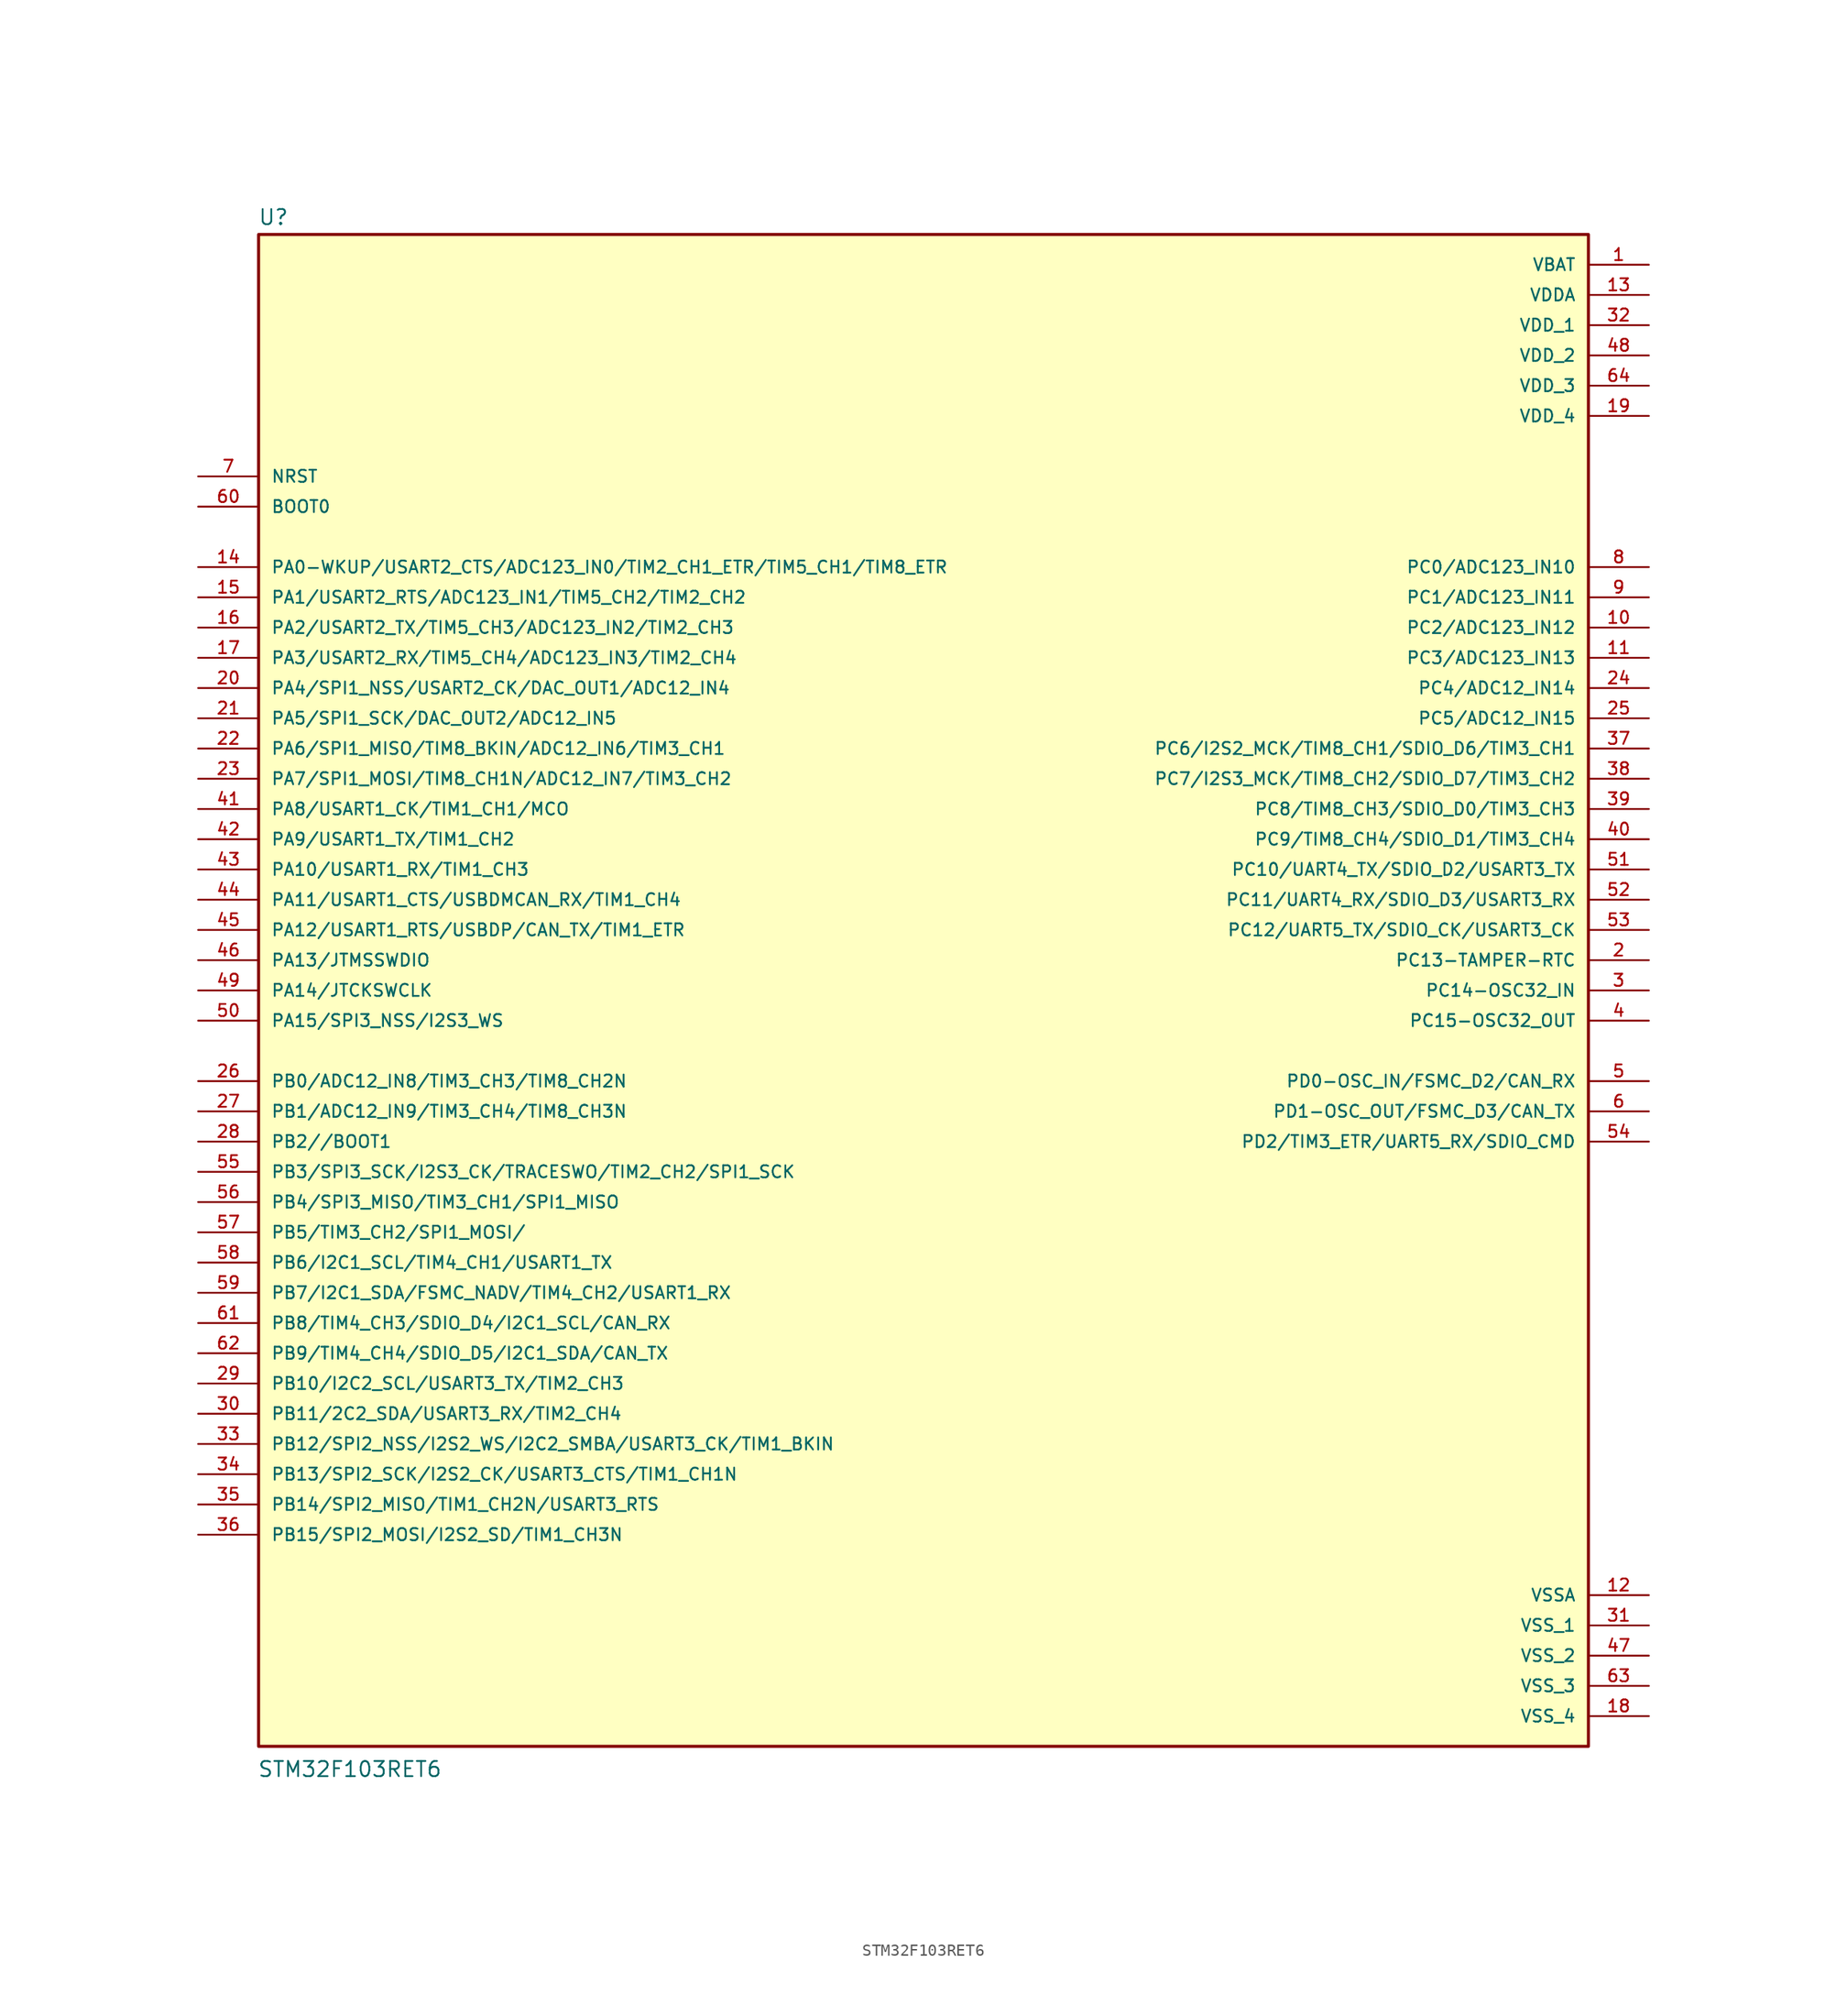
<source format=kicad_sym>
(kicad_symbol_lib
  (version 20211014)
  (generator kicad_symbol_editor)
  (symbol "STM32F103RET6"
    (pin_names
      (offset 1.016))
    (property "Reference" "U"
      (at -55.941 64.205 0)
      (effects (font (size 1.27 1.27)) (justify bottom left)))
    (property "Value" "STM32F103RET6"
      (at -55.986 -66.165 0)
      (effects (font (size 1.27 1.27)) (justify bottom left)))
    (symbol "STM32F103RET6_0_0"
      (rectangle (start -55.88 -63.5) (end 55.88 63.5) (stroke (width 0.254)) (fill (type background)))
      (pin power_in line (at 60.96 60.96 180.0) (length 5.08) (name "VBAT" (effects (font (size 1.016 1.016)))) (number "1" (effects (font (size 1.016 1.016)))))
      (pin bidirectional line (at 60.96 2.54 180.0) (length 5.08) (name "PC13-TAMPER-RTC" (effects (font (size 1.016 1.016)))) (number "2" (effects (font (size 1.016 1.016)))))
      (pin bidirectional line (at 60.96 0.0 180.0) (length 5.08) (name "PC14-OSC32_IN" (effects (font (size 1.016 1.016)))) (number "3" (effects (font (size 1.016 1.016)))))
      (pin bidirectional line (at 60.96 -2.54 180.0) (length 5.08) (name "PC15-OSC32_OUT" (effects (font (size 1.016 1.016)))) (number "4" (effects (font (size 1.016 1.016)))))
      (pin bidirectional line (at 60.96 -7.62 180.0) (length 5.08) (name "PD0-OSC_IN/FSMC_D2/CAN_RX" (effects (font (size 1.016 1.016)))) (number "5" (effects (font (size 1.016 1.016)))))
      (pin bidirectional line (at 60.96 -10.16 180.0) (length 5.08) (name "PD1-OSC_OUT/FSMC_D3/CAN_TX" (effects (font (size 1.016 1.016)))) (number "6" (effects (font (size 1.016 1.016)))))
      (pin input line (at -60.96 43.18 0) (length 5.08) (name "NRST" (effects (font (size 1.016 1.016)))) (number "7" (effects (font (size 1.016 1.016)))))
      (pin bidirectional line (at 60.96 35.56 180.0) (length 5.08) (name "PC0/ADC123_IN10" (effects (font (size 1.016 1.016)))) (number "8" (effects (font (size 1.016 1.016)))))
      (pin bidirectional line (at 60.96 33.02 180.0) (length 5.08) (name "PC1/ADC123_IN11" (effects (font (size 1.016 1.016)))) (number "9" (effects (font (size 1.016 1.016)))))
      (pin bidirectional line (at 60.96 30.48 180.0) (length 5.08) (name "PC2/ADC123_IN12" (effects (font (size 1.016 1.016)))) (number "10" (effects (font (size 1.016 1.016)))))
      (pin bidirectional line (at 60.96 27.94 180.0) (length 5.08) (name "PC3/ADC123_IN13" (effects (font (size 1.016 1.016)))) (number "11" (effects (font (size 1.016 1.016)))))
      (pin power_in line (at 60.96 -50.8 180.0) (length 5.08) (name "VSSA" (effects (font (size 1.016 1.016)))) (number "12" (effects (font (size 1.016 1.016)))))
      (pin power_in line (at 60.96 58.42 180.0) (length 5.08) (name "VDDA" (effects (font (size 1.016 1.016)))) (number "13" (effects (font (size 1.016 1.016)))))
      (pin bidirectional line (at -60.96 35.56 0) (length 5.08) (name "PA0-WKUP/USART2_CTS/ADC123_IN0/TIM2_CH1_ETR/TIM5_CH1/TIM8_ETR" (effects (font (size 1.016 1.016)))) (number "14" (effects (font (size 1.016 1.016)))))
      (pin bidirectional line (at -60.96 33.02 0) (length 5.08) (name "PA1/USART2_RTS/ADC123_IN1/TIM5_CH2/TIM2_CH2" (effects (font (size 1.016 1.016)))) (number "15" (effects (font (size 1.016 1.016)))))
      (pin bidirectional line (at -60.96 30.48 0) (length 5.08) (name "PA2/USART2_TX/TIM5_CH3/ADC123_IN2/TIM2_CH3" (effects (font (size 1.016 1.016)))) (number "16" (effects (font (size 1.016 1.016)))))
      (pin bidirectional line (at -60.96 27.94 0) (length 5.08) (name "PA3/USART2_RX/TIM5_CH4/ADC123_IN3/TIM2_CH4" (effects (font (size 1.016 1.016)))) (number "17" (effects (font (size 1.016 1.016)))))
      (pin power_in line (at 60.96 -60.96 180.0) (length 5.08) (name "VSS_4" (effects (font (size 1.016 1.016)))) (number "18" (effects (font (size 1.016 1.016)))))
      (pin power_in line (at 60.96 48.26 180.0) (length 5.08) (name "VDD_4" (effects (font (size 1.016 1.016)))) (number "19" (effects (font (size 1.016 1.016)))))
      (pin bidirectional line (at -60.96 25.4 0) (length 5.08) (name "PA4/SPI1_NSS/USART2_CK/DAC_OUT1/ADC12_IN4" (effects (font (size 1.016 1.016)))) (number "20" (effects (font (size 1.016 1.016)))))
      (pin bidirectional line (at -60.96 22.86 0) (length 5.08) (name "PA5/SPI1_SCK/DAC_OUT2/ADC12_IN5" (effects (font (size 1.016 1.016)))) (number "21" (effects (font (size 1.016 1.016)))))
      (pin bidirectional line (at -60.96 20.32 0) (length 5.08) (name "PA6/SPI1_MISO/TIM8_BKIN/ADC12_IN6/TIM3_CH1" (effects (font (size 1.016 1.016)))) (number "22" (effects (font (size 1.016 1.016)))))
      (pin bidirectional line (at -60.96 17.78 0) (length 5.08) (name "PA7/SPI1_MOSI/TIM8_CH1N/ADC12_IN7/TIM3_CH2" (effects (font (size 1.016 1.016)))) (number "23" (effects (font (size 1.016 1.016)))))
      (pin bidirectional line (at 60.96 25.4 180.0) (length 5.08) (name "PC4/ADC12_IN14" (effects (font (size 1.016 1.016)))) (number "24" (effects (font (size 1.016 1.016)))))
      (pin bidirectional line (at 60.96 22.86 180.0) (length 5.08) (name "PC5/ADC12_IN15" (effects (font (size 1.016 1.016)))) (number "25" (effects (font (size 1.016 1.016)))))
      (pin bidirectional line (at -60.96 -7.62 0) (length 5.08) (name "PB0/ADC12_IN8/TIM3_CH3/TIM8_CH2N" (effects (font (size 1.016 1.016)))) (number "26" (effects (font (size 1.016 1.016)))))
      (pin bidirectional line (at -60.96 -10.16 0) (length 5.08) (name "PB1/ADC12_IN9/TIM3_CH4/TIM8_CH3N" (effects (font (size 1.016 1.016)))) (number "27" (effects (font (size 1.016 1.016)))))
      (pin bidirectional line (at -60.96 -12.7 0) (length 5.08) (name "PB2//BOOT1" (effects (font (size 1.016 1.016)))) (number "28" (effects (font (size 1.016 1.016)))))
      (pin bidirectional line (at -60.96 -33.02 0) (length 5.08) (name "PB10/I2C2_SCL/USART3_TX/TIM2_CH3" (effects (font (size 1.016 1.016)))) (number "29" (effects (font (size 1.016 1.016)))))
      (pin bidirectional line (at -60.96 -35.56 0) (length 5.08) (name "PB11/2C2_SDA/USART3_RX/TIM2_CH4" (effects (font (size 1.016 1.016)))) (number "30" (effects (font (size 1.016 1.016)))))
      (pin power_in line (at 60.96 -53.34 180.0) (length 5.08) (name "VSS_1" (effects (font (size 1.016 1.016)))) (number "31" (effects (font (size 1.016 1.016)))))
      (pin power_in line (at 60.96 55.88 180.0) (length 5.08) (name "VDD_1" (effects (font (size 1.016 1.016)))) (number "32" (effects (font (size 1.016 1.016)))))
      (pin bidirectional line (at -60.96 -38.1 0) (length 5.08) (name "PB12/SPI2_NSS/I2S2_WS/I2C2_SMBA/USART3_CK/TIM1_BKIN" (effects (font (size 1.016 1.016)))) (number "33" (effects (font (size 1.016 1.016)))))
      (pin bidirectional line (at -60.96 -40.64 0) (length 5.08) (name "PB13/SPI2_SCK/I2S2_CK/USART3_CTS/TIM1_CH1N" (effects (font (size 1.016 1.016)))) (number "34" (effects (font (size 1.016 1.016)))))
      (pin bidirectional line (at -60.96 -43.18 0) (length 5.08) (name "PB14/SPI2_MISO/TIM1_CH2N/USART3_RTS" (effects (font (size 1.016 1.016)))) (number "35" (effects (font (size 1.016 1.016)))))
      (pin bidirectional line (at -60.96 -45.72 0) (length 5.08) (name "PB15/SPI2_MOSI/I2S2_SD/TIM1_CH3N" (effects (font (size 1.016 1.016)))) (number "36" (effects (font (size 1.016 1.016)))))
      (pin bidirectional line (at 60.96 20.32 180.0) (length 5.08) (name "PC6/I2S2_MCK/TIM8_CH1/SDIO_D6/TIM3_CH1" (effects (font (size 1.016 1.016)))) (number "37" (effects (font (size 1.016 1.016)))))
      (pin bidirectional line (at 60.96 17.78 180.0) (length 5.08) (name "PC7/I2S3_MCK/TIM8_CH2/SDIO_D7/TIM3_CH2" (effects (font (size 1.016 1.016)))) (number "38" (effects (font (size 1.016 1.016)))))
      (pin bidirectional line (at 60.96 15.24 180.0) (length 5.08) (name "PC8/TIM8_CH3/SDIO_D0/TIM3_CH3" (effects (font (size 1.016 1.016)))) (number "39" (effects (font (size 1.016 1.016)))))
      (pin bidirectional line (at 60.96 12.7 180.0) (length 5.08) (name "PC9/TIM8_CH4/SDIO_D1/TIM3_CH4" (effects (font (size 1.016 1.016)))) (number "40" (effects (font (size 1.016 1.016)))))
      (pin bidirectional line (at -60.96 15.24 0) (length 5.08) (name "PA8/USART1_CK/TIM1_CH1/MCO" (effects (font (size 1.016 1.016)))) (number "41" (effects (font (size 1.016 1.016)))))
      (pin bidirectional line (at -60.96 12.7 0) (length 5.08) (name "PA9/USART1_TX/TIM1_CH2" (effects (font (size 1.016 1.016)))) (number "42" (effects (font (size 1.016 1.016)))))
      (pin bidirectional line (at -60.96 10.16 0) (length 5.08) (name "PA10/USART1_RX/TIM1_CH3" (effects (font (size 1.016 1.016)))) (number "43" (effects (font (size 1.016 1.016)))))
      (pin bidirectional line (at -60.96 7.62 0) (length 5.08) (name "PA11/USART1_CTS/USBDMCAN_RX/TIM1_CH4" (effects (font (size 1.016 1.016)))) (number "44" (effects (font (size 1.016 1.016)))))
      (pin bidirectional line (at -60.96 5.08 0) (length 5.08) (name "PA12/USART1_RTS/USBDP/CAN_TX/TIM1_ETR" (effects (font (size 1.016 1.016)))) (number "45" (effects (font (size 1.016 1.016)))))
      (pin bidirectional line (at -60.96 2.54 0) (length 5.08) (name "PA13/JTMSSWDIO" (effects (font (size 1.016 1.016)))) (number "46" (effects (font (size 1.016 1.016)))))
      (pin power_in line (at 60.96 -55.88 180.0) (length 5.08) (name "VSS_2" (effects (font (size 1.016 1.016)))) (number "47" (effects (font (size 1.016 1.016)))))
      (pin power_in line (at 60.96 53.34 180.0) (length 5.08) (name "VDD_2" (effects (font (size 1.016 1.016)))) (number "48" (effects (font (size 1.016 1.016)))))
      (pin bidirectional line (at -60.96 0.0 0) (length 5.08) (name "PA14/JTCKSWCLK" (effects (font (size 1.016 1.016)))) (number "49" (effects (font (size 1.016 1.016)))))
      (pin bidirectional line (at -60.96 -2.54 0) (length 5.08) (name "PA15/SPI3_NSS/I2S3_WS" (effects (font (size 1.016 1.016)))) (number "50" (effects (font (size 1.016 1.016)))))
      (pin bidirectional line (at 60.96 10.16 180.0) (length 5.08) (name "PC10/UART4_TX/SDIO_D2/USART3_TX" (effects (font (size 1.016 1.016)))) (number "51" (effects (font (size 1.016 1.016)))))
      (pin bidirectional line (at 60.96 7.62 180.0) (length 5.08) (name "PC11/UART4_RX/SDIO_D3/USART3_RX" (effects (font (size 1.016 1.016)))) (number "52" (effects (font (size 1.016 1.016)))))
      (pin bidirectional line (at 60.96 5.08 180.0) (length 5.08) (name "PC12/UART5_TX/SDIO_CK/USART3_CK" (effects (font (size 1.016 1.016)))) (number "53" (effects (font (size 1.016 1.016)))))
      (pin bidirectional line (at 60.96 -12.7 180.0) (length 5.08) (name "PD2/TIM3_ETR/UART5_RX/SDIO_CMD" (effects (font (size 1.016 1.016)))) (number "54" (effects (font (size 1.016 1.016)))))
      (pin bidirectional line (at -60.96 -15.24 0) (length 5.08) (name "PB3/SPI3_SCK/I2S3_CK/TRACESWO/TIM2_CH2/SPI1_SCK" (effects (font (size 1.016 1.016)))) (number "55" (effects (font (size 1.016 1.016)))))
      (pin bidirectional line (at -60.96 -17.78 0) (length 5.08) (name "PB4/SPI3_MISO/TIM3_CH1/SPI1_MISO" (effects (font (size 1.016 1.016)))) (number "56" (effects (font (size 1.016 1.016)))))
      (pin bidirectional line (at -60.96 -20.32 0) (length 5.08) (name "PB5/TIM3_CH2/SPI1_MOSI/" (effects (font (size 1.016 1.016)))) (number "57" (effects (font (size 1.016 1.016)))))
      (pin bidirectional line (at -60.96 -22.86 0) (length 5.08) (name "PB6/I2C1_SCL/TIM4_CH1/USART1_TX" (effects (font (size 1.016 1.016)))) (number "58" (effects (font (size 1.016 1.016)))))
      (pin bidirectional line (at -60.96 -25.4 0) (length 5.08) (name "PB7/I2C1_SDA/FSMC_NADV/TIM4_CH2/USART1_RX" (effects (font (size 1.016 1.016)))) (number "59" (effects (font (size 1.016 1.016)))))
      (pin input line (at -60.96 40.64 0) (length 5.08) (name "BOOT0" (effects (font (size 1.016 1.016)))) (number "60" (effects (font (size 1.016 1.016)))))
      (pin bidirectional line (at -60.96 -27.94 0) (length 5.08) (name "PB8/TIM4_CH3/SDIO_D4/I2C1_SCL/CAN_RX" (effects (font (size 1.016 1.016)))) (number "61" (effects (font (size 1.016 1.016)))))
      (pin bidirectional line (at -60.96 -30.48 0) (length 5.08) (name "PB9/TIM4_CH4/SDIO_D5/I2C1_SDA/CAN_TX" (effects (font (size 1.016 1.016)))) (number "62" (effects (font (size 1.016 1.016)))))
      (pin power_in line (at 60.96 -58.42 180.0) (length 5.08) (name "VSS_3" (effects (font (size 1.016 1.016)))) (number "63" (effects (font (size 1.016 1.016)))))
      (pin power_in line (at 60.96 50.8 180.0) (length 5.08) (name "VDD_3" (effects (font (size 1.016 1.016)))) (number "64" (effects (font (size 1.016 1.016))))))))
</source>
